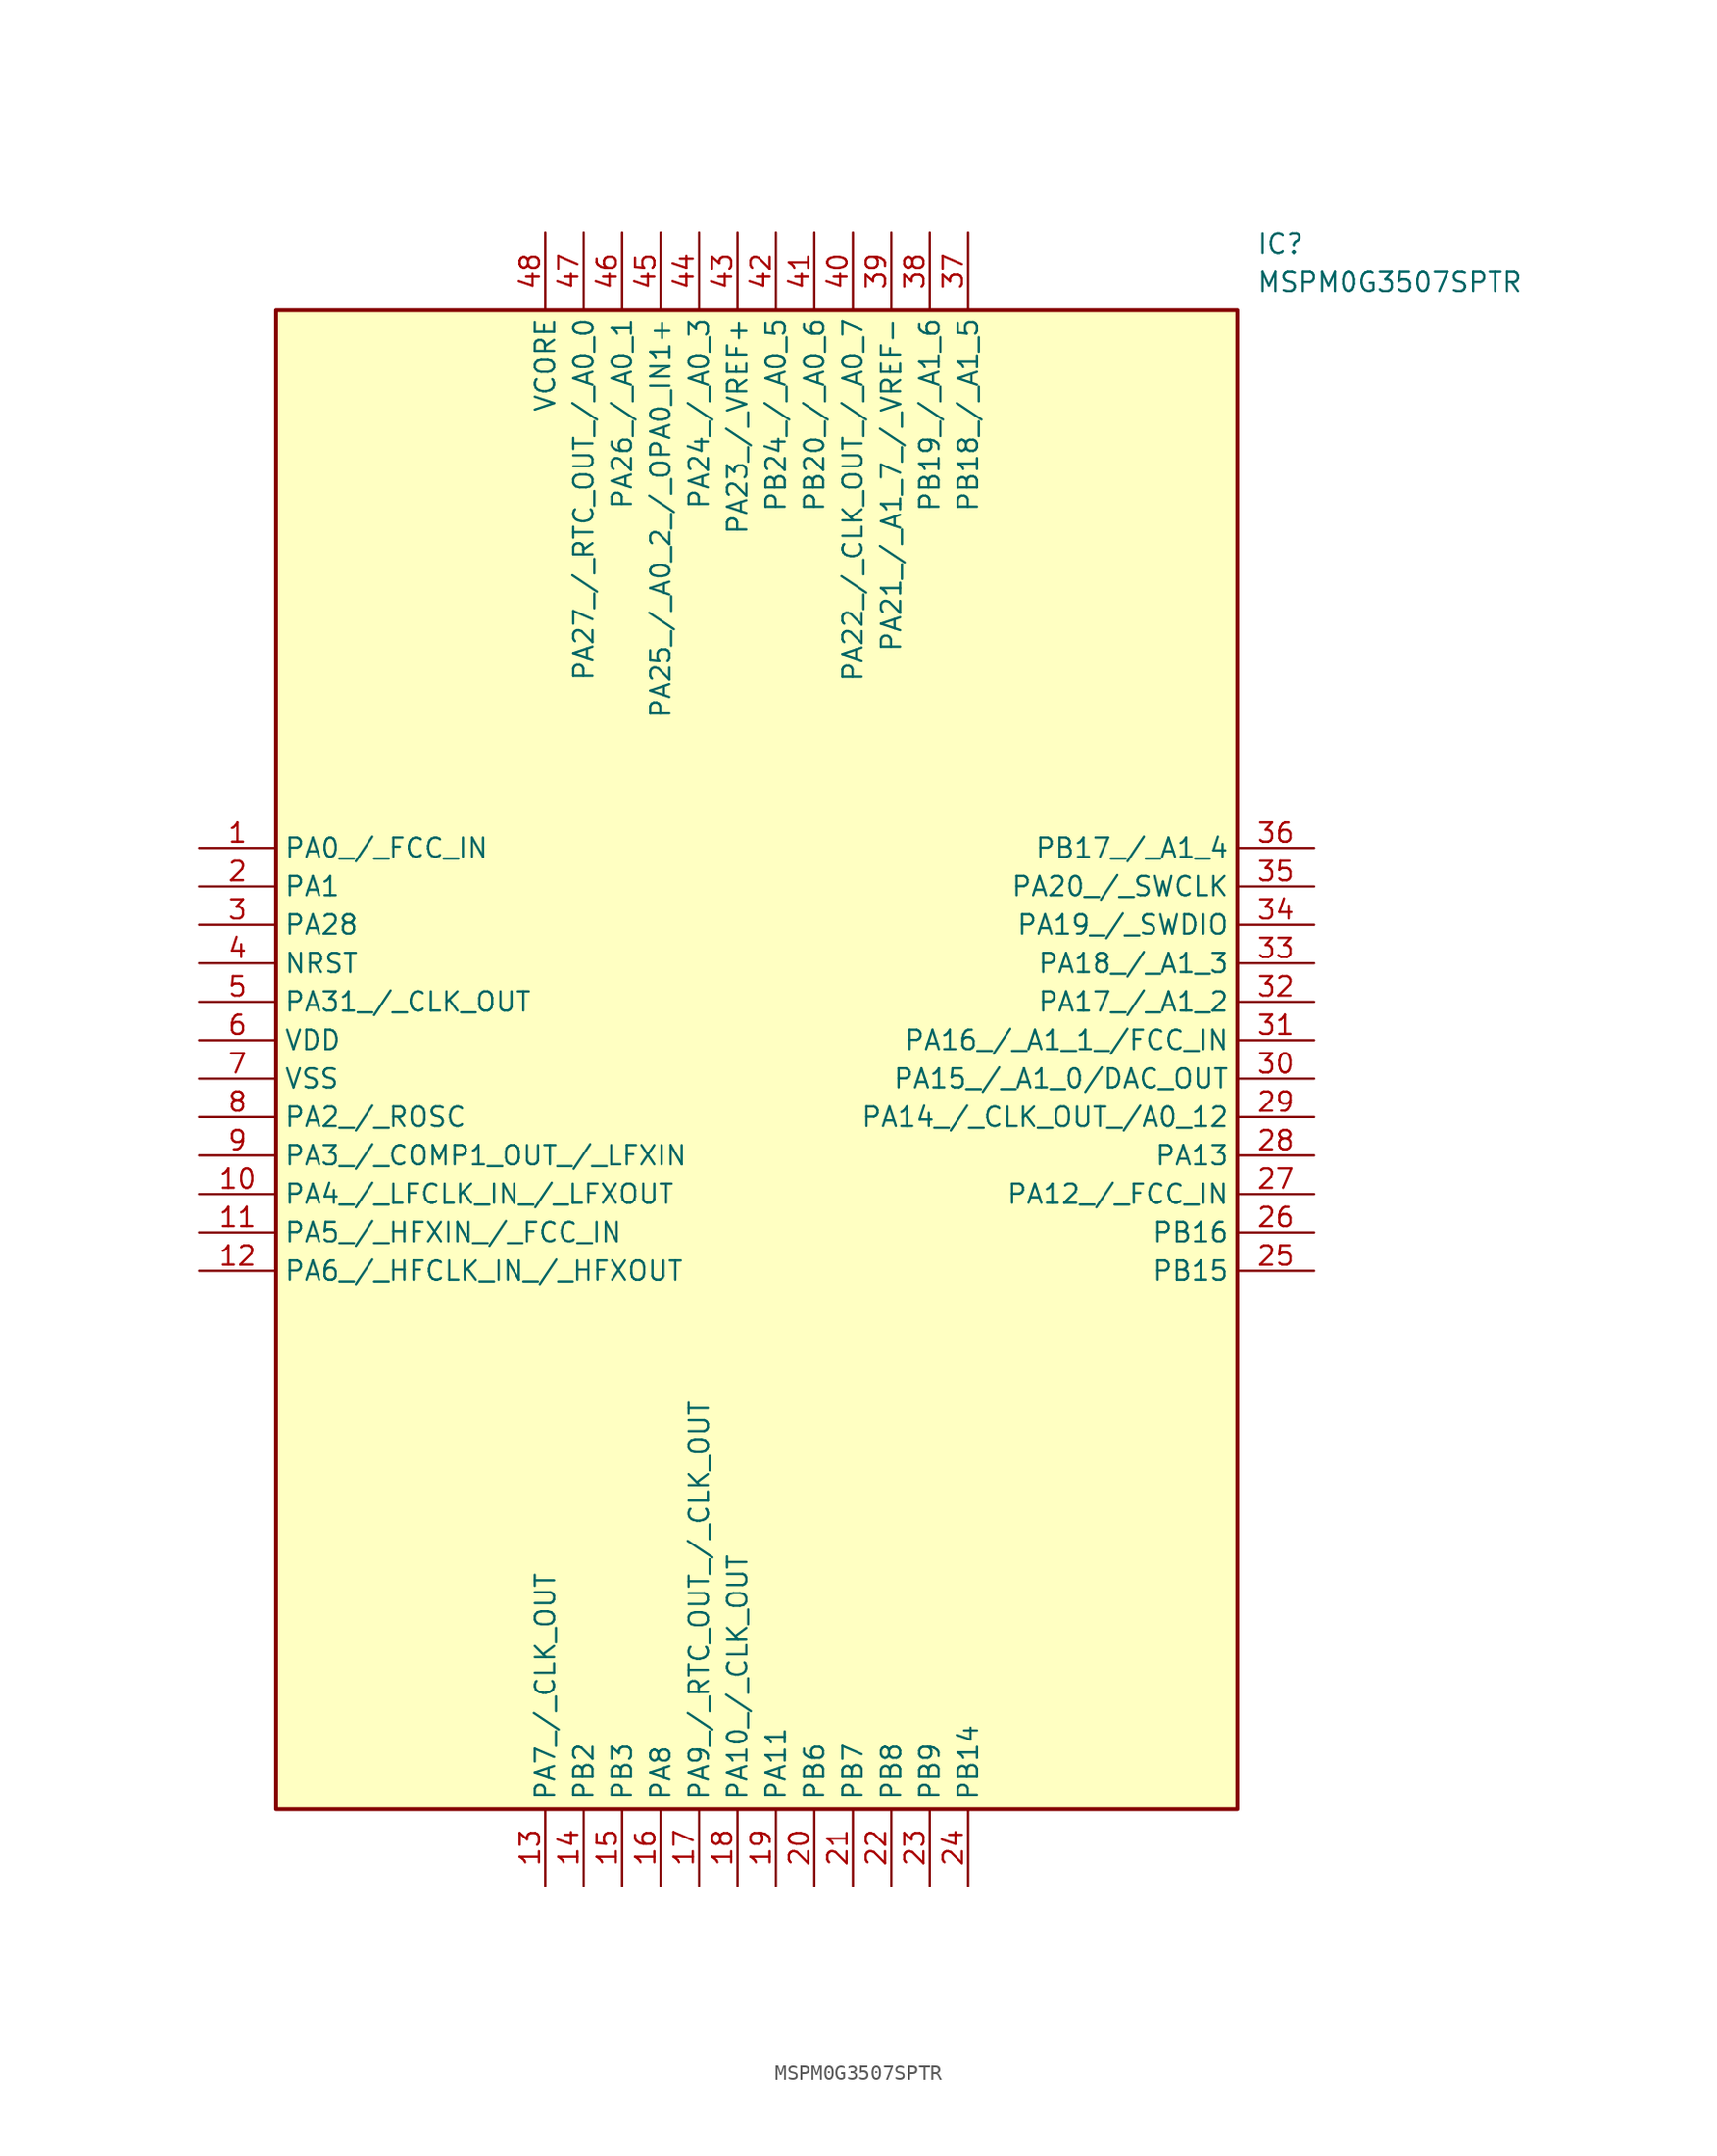
<source format=kicad_sym>
(kicad_symbol_lib
  (version 20241209)
  (generator "kicad_symbol_editor")
  (generator_version "9.0")
  (symbol "MSPM0G3507SPTR"
    (property "Reference" "IC"
      (at 69.85 40.64 0)
      (effects (font (size 1.27 1.27)) (justify left top)))
    (property "Value" "MSPM0G3507SPTR"
      (at 69.85 38.1 0)
      (effects (font (size 1.27 1.27)) (justify left top)))
    (symbol "MSPM0G3507SPTR_1_1"
      (rectangle (start 5.08 35.56) (end 68.58 -63.5) (stroke (width 0.254) (type default)) (fill (type background)))
      (pin passive line (at 0 0 0) (length 5.08) (name "PA0_/_FCC_IN" (effects (font (size 1.27 1.27)))) (number "1" (effects (font (size 1.27 1.27)))))
      (pin passive line (at 0 -2.54 0) (length 5.08) (name "PA1" (effects (font (size 1.27 1.27)))) (number "2" (effects (font (size 1.27 1.27)))))
      (pin passive line (at 0 -5.08 0) (length 5.08) (name "PA28" (effects (font (size 1.27 1.27)))) (number "3" (effects (font (size 1.27 1.27)))))
      (pin passive line (at 0 -7.62 0) (length 5.08) (name "NRST" (effects (font (size 1.27 1.27)))) (number "4" (effects (font (size 1.27 1.27)))))
      (pin passive line (at 0 -10.16 0) (length 5.08) (name "PA31_/_CLK_OUT" (effects (font (size 1.27 1.27)))) (number "5" (effects (font (size 1.27 1.27)))))
      (pin passive line (at 0 -12.7 0) (length 5.08) (name "VDD" (effects (font (size 1.27 1.27)))) (number "6" (effects (font (size 1.27 1.27)))))
      (pin passive line (at 0 -15.24 0) (length 5.08) (name "VSS" (effects (font (size 1.27 1.27)))) (number "7" (effects (font (size 1.27 1.27)))))
      (pin passive line (at 0 -17.78 0) (length 5.08) (name "PA2_/_ROSC" (effects (font (size 1.27 1.27)))) (number "8" (effects (font (size 1.27 1.27)))))
      (pin passive line (at 0 -20.32 0) (length 5.08) (name "PA3_/_COMP1_OUT_/_LFXIN" (effects (font (size 1.27 1.27)))) (number "9" (effects (font (size 1.27 1.27)))))
      (pin passive line (at 0 -22.86 0) (length 5.08) (name "PA4_/_LFCLK_IN_/_LFXOUT" (effects (font (size 1.27 1.27)))) (number "10" (effects (font (size 1.27 1.27)))))
      (pin passive line (at 0 -25.4 0) (length 5.08) (name "PA5_/_HFXIN_/_FCC_IN" (effects (font (size 1.27 1.27)))) (number "11" (effects (font (size 1.27 1.27)))))
      (pin passive line (at 0 -27.94 0) (length 5.08) (name "PA6_/_HFCLK_IN_/_HFXOUT" (effects (font (size 1.27 1.27)))) (number "12" (effects (font (size 1.27 1.27)))))
      (pin passive line (at 22.86 40.64 270) (length 5.08) (name "VCORE" (effects (font (size 1.27 1.27)))) (number "48" (effects (font (size 1.27 1.27)))))
      (pin passive line (at 22.86 -68.58 90) (length 5.08) (name "PA7_/_CLK_OUT" (effects (font (size 1.27 1.27)))) (number "13" (effects (font (size 1.27 1.27)))))
      (pin passive line (at 25.4 40.64 270) (length 5.08) (name "PA27_/_RTC_OUT_/_A0_0" (effects (font (size 1.27 1.27)))) (number "47" (effects (font (size 1.27 1.27)))))
      (pin passive line (at 25.4 -68.58 90) (length 5.08) (name "PB2" (effects (font (size 1.27 1.27)))) (number "14" (effects (font (size 1.27 1.27)))))
      (pin passive line (at 27.94 40.64 270) (length 5.08) (name "PA26_/_A0_1" (effects (font (size 1.27 1.27)))) (number "46" (effects (font (size 1.27 1.27)))))
      (pin passive line (at 27.94 -68.58 90) (length 5.08) (name "PB3" (effects (font (size 1.27 1.27)))) (number "15" (effects (font (size 1.27 1.27)))))
      (pin passive line (at 30.48 40.64 270) (length 5.08) (name "PA25_/_A0_2_/_OPA0_IN1+" (effects (font (size 1.27 1.27)))) (number "45" (effects (font (size 1.27 1.27)))))
      (pin passive line (at 30.48 -68.58 90) (length 5.08) (name "PA8" (effects (font (size 1.27 1.27)))) (number "16" (effects (font (size 1.27 1.27)))))
      (pin passive line (at 33.02 40.64 270) (length 5.08) (name "PA24_/_A0_3" (effects (font (size 1.27 1.27)))) (number "44" (effects (font (size 1.27 1.27)))))
      (pin passive line (at 33.02 -68.58 90) (length 5.08) (name "PA9_/_RTC_OUT_/_CLK_OUT" (effects (font (size 1.27 1.27)))) (number "17" (effects (font (size 1.27 1.27)))))
      (pin passive line (at 35.56 40.64 270) (length 5.08) (name "PA23_/_VREF+" (effects (font (size 1.27 1.27)))) (number "43" (effects (font (size 1.27 1.27)))))
      (pin passive line (at 35.56 -68.58 90) (length 5.08) (name "PA10_/_CLK_OUT" (effects (font (size 1.27 1.27)))) (number "18" (effects (font (size 1.27 1.27)))))
      (pin passive line (at 38.1 40.64 270) (length 5.08) (name "PB24_/_A0_5" (effects (font (size 1.27 1.27)))) (number "42" (effects (font (size 1.27 1.27)))))
      (pin passive line (at 38.1 -68.58 90) (length 5.08) (name "PA11" (effects (font (size 1.27 1.27)))) (number "19" (effects (font (size 1.27 1.27)))))
      (pin passive line (at 40.64 40.64 270) (length 5.08) (name "PB20_/_A0_6" (effects (font (size 1.27 1.27)))) (number "41" (effects (font (size 1.27 1.27)))))
      (pin passive line (at 40.64 -68.58 90) (length 5.08) (name "PB6" (effects (font (size 1.27 1.27)))) (number "20" (effects (font (size 1.27 1.27)))))
      (pin passive line (at 43.18 40.64 270) (length 5.08) (name "PA22_/_CLK_OUT_/_A0_7" (effects (font (size 1.27 1.27)))) (number "40" (effects (font (size 1.27 1.27)))))
      (pin passive line (at 43.18 -68.58 90) (length 5.08) (name "PB7" (effects (font (size 1.27 1.27)))) (number "21" (effects (font (size 1.27 1.27)))))
      (pin passive line (at 45.72 40.64 270) (length 5.08) (name "PA21_/_A1_7_/_VREF-" (effects (font (size 1.27 1.27)))) (number "39" (effects (font (size 1.27 1.27)))))
      (pin passive line (at 45.72 -68.58 90) (length 5.08) (name "PB8" (effects (font (size 1.27 1.27)))) (number "22" (effects (font (size 1.27 1.27)))))
      (pin passive line (at 48.26 40.64 270) (length 5.08) (name "PB19_/_A1_6" (effects (font (size 1.27 1.27)))) (number "38" (effects (font (size 1.27 1.27)))))
      (pin passive line (at 48.26 -68.58 90) (length 5.08) (name "PB9" (effects (font (size 1.27 1.27)))) (number "23" (effects (font (size 1.27 1.27)))))
      (pin passive line (at 50.8 40.64 270) (length 5.08) (name "PB18_/_A1_5" (effects (font (size 1.27 1.27)))) (number "37" (effects (font (size 1.27 1.27)))))
      (pin passive line (at 50.8 -68.58 90) (length 5.08) (name "PB14" (effects (font (size 1.27 1.27)))) (number "24" (effects (font (size 1.27 1.27)))))
      (pin passive line (at 73.66 0 180) (length 5.08) (name "PB17_/_A1_4" (effects (font (size 1.27 1.27)))) (number "36" (effects (font (size 1.27 1.27)))))
      (pin passive line (at 73.66 -2.54 180) (length 5.08) (name "PA20_/_SWCLK" (effects (font (size 1.27 1.27)))) (number "35" (effects (font (size 1.27 1.27)))))
      (pin passive line (at 73.66 -5.08 180) (length 5.08) (name "PA19_/_SWDIO" (effects (font (size 1.27 1.27)))) (number "34" (effects (font (size 1.27 1.27)))))
      (pin passive line (at 73.66 -7.62 180) (length 5.08) (name "PA18_/_A1_3" (effects (font (size 1.27 1.27)))) (number "33" (effects (font (size 1.27 1.27)))))
      (pin passive line (at 73.66 -10.16 180) (length 5.08) (name "PA17_/_A1_2" (effects (font (size 1.27 1.27)))) (number "32" (effects (font (size 1.27 1.27)))))
      (pin passive line (at 73.66 -12.7 180) (length 5.08) (name "PA16_/_A1_1_/FCC_IN" (effects (font (size 1.27 1.27)))) (number "31" (effects (font (size 1.27 1.27)))))
      (pin passive line (at 73.66 -15.24 180) (length 5.08) (name "PA15_/_A1_0/DAC_OUT" (effects (font (size 1.27 1.27)))) (number "30" (effects (font (size 1.27 1.27)))))
      (pin passive line (at 73.66 -17.78 180) (length 5.08) (name "PA14_/_CLK_OUT_/A0_12" (effects (font (size 1.27 1.27)))) (number "29" (effects (font (size 1.27 1.27)))))
      (pin passive line (at 73.66 -20.32 180) (length 5.08) (name "PA13" (effects (font (size 1.27 1.27)))) (number "28" (effects (font (size 1.27 1.27)))))
      (pin passive line (at 73.66 -22.86 180) (length 5.08) (name "PA12_/_FCC_IN" (effects (font (size 1.27 1.27)))) (number "27" (effects (font (size 1.27 1.27)))))
      (pin passive line (at 73.66 -25.4 180) (length 5.08) (name "PB16" (effects (font (size 1.27 1.27)))) (number "26" (effects (font (size 1.27 1.27)))))
      (pin passive line (at 73.66 -27.94 180) (length 5.08) (name "PB15" (effects (font (size 1.27 1.27)))) (number "25" (effects (font (size 1.27 1.27))))))))
</source>
